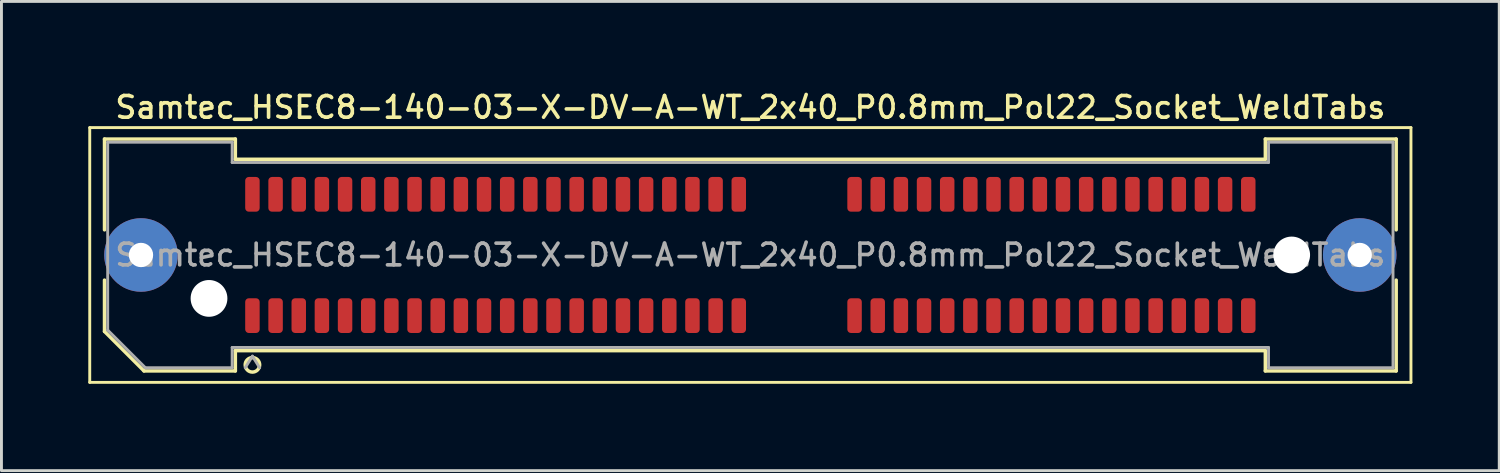
<source format=kicad_pcb>
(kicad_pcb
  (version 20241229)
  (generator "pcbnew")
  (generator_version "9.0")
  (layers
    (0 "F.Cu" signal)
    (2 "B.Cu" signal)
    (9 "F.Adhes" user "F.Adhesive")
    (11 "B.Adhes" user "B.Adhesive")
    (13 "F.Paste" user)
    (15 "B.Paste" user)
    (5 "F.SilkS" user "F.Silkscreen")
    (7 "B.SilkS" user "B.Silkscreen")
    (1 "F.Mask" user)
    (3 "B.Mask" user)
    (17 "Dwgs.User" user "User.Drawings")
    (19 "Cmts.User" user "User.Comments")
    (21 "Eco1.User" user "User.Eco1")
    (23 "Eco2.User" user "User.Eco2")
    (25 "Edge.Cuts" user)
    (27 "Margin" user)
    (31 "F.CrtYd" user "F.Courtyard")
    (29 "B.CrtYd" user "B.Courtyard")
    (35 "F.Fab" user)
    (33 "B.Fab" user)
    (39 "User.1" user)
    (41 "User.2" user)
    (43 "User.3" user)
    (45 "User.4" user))
  (footprint "Samtec_HSEC8-140-03-X-DV-A-WT_2x40_P0.8mm_Pol22_Socket_WeldTabs"
    (layer "F.Cu")
    (at 22.87 5.758)
    (property "Reference" "Samtec_HSEC8-140-03-X-DV-A-WT_2x40_P0.8mm_Pol22_Socket_WeldTabs" (at 0 -5.1 0) (layer "F.SilkS") (effects (font (size 0.75 0.75) (thickness 0.125))))
    (attr smd)
    (fp_line (start -22.82 -4.4) (end -22.82 4.4) (stroke (width 0.1) (type solid)) (layer "F.SilkS"))
    (fp_line (start -22.82 4.4) (end 22.82 4.4) (stroke (width 0.1) (type solid)) (layer "F.SilkS"))
    (fp_line (start -22.31 -4.005) (end -17.79 -4.005) (stroke (width 0.12) (type solid)) (layer "F.SilkS"))
    (fp_line (start -22.31 -0.868) (end -22.31 -4.005) (stroke (width 0.12) (type solid)) (layer "F.SilkS"))
    (fp_line (start -22.31 2.641) (end -22.31 0.868) (stroke (width 0.12) (type solid)) (layer "F.SilkS"))
    (fp_line (start -20.946 4.005) (end -22.31 2.641) (stroke (width 0.12) (type solid)) (layer "F.SilkS"))
    (fp_line (start -17.79 -4.005) (end -17.79 -3.305) (stroke (width 0.12) (type solid)) (layer "F.SilkS"))
    (fp_line (start -17.79 -3.305) (end 17.79 -3.305) (stroke (width 0.12) (type solid)) (layer "F.SilkS"))
    (fp_line (start -17.79 3.305) (end -17.79 4.005) (stroke (width 0.12) (type solid)) (layer "F.SilkS"))
    (fp_line (start -17.79 4.005) (end -20.946 4.005) (stroke (width 0.12) (type solid)) (layer "F.SilkS"))
    (fp_line (start 17.79 -4.005) (end 22.31 -4.005) (stroke (width 0.12) (type solid)) (layer "F.SilkS"))
    (fp_line (start 17.79 -3.305) (end 17.79 -4.005) (stroke (width 0.12) (type solid)) (layer "F.SilkS"))
    (fp_line (start 17.79 3.305) (end -17.79 3.305) (stroke (width 0.12) (type solid)) (layer "F.SilkS"))
    (fp_line (start 17.79 4.005) (end 17.79 3.305) (stroke (width 0.12) (type solid)) (layer "F.SilkS"))
    (fp_line (start 22.31 -4.005) (end 22.31 -0.868) (stroke (width 0.12) (type solid)) (layer "F.SilkS"))
    (fp_line (start 22.31 0.868) (end 22.31 4.005) (stroke (width 0.12) (type solid)) (layer "F.SilkS"))
    (fp_line (start 22.31 4.005) (end 17.79 4.005) (stroke (width 0.12) (type solid)) (layer "F.SilkS"))
    (fp_line (start 22.82 -4.4) (end -22.82 -4.4) (stroke (width 0.1) (type solid)) (layer "F.SilkS"))
    (fp_line (start 22.82 4.4) (end 22.82 -4.4) (stroke (width 0.1) (type solid)) (layer "F.SilkS"))
    (fp_arc (start -16.95 3.795) (mid -17.45 3.795) (end -16.95 3.795) (stroke (width 0.12) (type solid)) (layer "F.SilkS"))
    (fp_line (start -22.2 -3.895) (end -17.9 -3.895) (stroke (width 0.1) (type solid)) (layer "F.Fab"))
    (fp_line (start -22.2 2.595) (end -22.2 -3.895) (stroke (width 0.1) (type solid)) (layer "F.Fab"))
    (fp_line (start -20.9 3.895) (end -22.2 2.595) (stroke (width 0.1) (type solid)) (layer "F.Fab"))
    (fp_line (start -17.9 -3.895) (end -17.9 -3.195) (stroke (width 0.1) (type solid)) (layer "F.Fab"))
    (fp_line (start -17.9 -3.195) (end 17.9 -3.195) (stroke (width 0.1) (type solid)) (layer "F.Fab"))
    (fp_line (start -17.9 3.195) (end -17.9 3.895) (stroke (width 0.1) (type solid)) (layer "F.Fab"))
    (fp_line (start -17.9 3.895) (end -20.9 3.895) (stroke (width 0.1) (type solid)) (layer "F.Fab"))
    (fp_line (start -17.2 3.495) (end -17.45 3.895) (stroke (width 0.1) (type solid)) (layer "F.Fab"))
    (fp_line (start -17.2 3.495) (end -16.95 3.895) (stroke (width 0.1) (type solid)) (layer "F.Fab"))
    (fp_line (start 17.9 -3.895) (end 22.2 -3.895) (stroke (width 0.1) (type solid)) (layer "F.Fab"))
    (fp_line (start 17.9 -3.195) (end 17.9 -3.895) (stroke (width 0.1) (type solid)) (layer "F.Fab"))
    (fp_line (start 17.9 3.195) (end -17.9 3.195) (stroke (width 0.1) (type solid)) (layer "F.Fab"))
    (fp_line (start 17.9 3.895) (end 17.9 3.195) (stroke (width 0.1) (type solid)) (layer "F.Fab"))
    (fp_line (start 22.2 -3.895) (end 22.2 3.895) (stroke (width 0.1) (type solid)) (layer "F.Fab"))
    (fp_line (start 22.2 3.895) (end 17.9 3.895) (stroke (width 0.1) (type solid)) (layer "F.Fab"))
    (fp_text user "${REFERENCE}" (at 0 0 0) (layer "F.Fab") (effects (font (size 0.75 0.75) (thickness 0.125))))
    (pad "" thru_hole circle (at -21.05 0) (size 2.54 2.54) (drill 0.84) (layers "*.Cu" "*.Mask" "F.Paste"))
    (pad "" np_thru_hole circle (at -18.7 1.5) (size 1.27 1.27) (drill 1.27) (layers "*.Cu" "*.Mask"))
    (pad "" np_thru_hole circle (at 18.7 0) (size 1.27 1.27) (drill 1.27) (layers "*.Cu" "*.Mask"))
    (pad "" thru_hole circle (at 21.05 0) (size 2.54 2.54) (drill 0.84) (layers "*.Cu" "*.Mask" "F.Paste"))
    (pad "1" smd roundrect (at -17.2 2.095) (size 0.5 1.2) (layers "F.Cu" "F.Mask" "F.Paste") (roundrect_rratio 0.25))
    (pad "2" smd roundrect (at -17.2 -2.095) (size 0.5 1.2) (layers "F.Cu" "F.Mask" "F.Paste") (roundrect_rratio 0.25))
    (pad "3" smd roundrect (at -16.4 2.095) (size 0.5 1.2) (layers "F.Cu" "F.Mask" "F.Paste") (roundrect_rratio 0.25))
    (pad "4" smd roundrect (at -16.4 -2.095) (size 0.5 1.2) (layers "F.Cu" "F.Mask" "F.Paste") (roundrect_rratio 0.25))
    (pad "5" smd roundrect (at -15.6 2.095) (size 0.5 1.2) (layers "F.Cu" "F.Mask" "F.Paste") (roundrect_rratio 0.25))
    (pad "6" smd roundrect (at -15.6 -2.095) (size 0.5 1.2) (layers "F.Cu" "F.Mask" "F.Paste") (roundrect_rratio 0.25))
    (pad "7" smd roundrect (at -14.8 2.095) (size 0.5 1.2) (layers "F.Cu" "F.Mask" "F.Paste") (roundrect_rratio 0.25))
    (pad "8" smd roundrect (at -14.8 -2.095) (size 0.5 1.2) (layers "F.Cu" "F.Mask" "F.Paste") (roundrect_rratio 0.25))
    (pad "9" smd roundrect (at -14 2.095) (size 0.5 1.2) (layers "F.Cu" "F.Mask" "F.Paste") (roundrect_rratio 0.25))
    (pad "10" smd roundrect (at -14 -2.095) (size 0.5 1.2) (layers "F.Cu" "F.Mask" "F.Paste") (roundrect_rratio 0.25))
    (pad "11" smd roundrect (at -13.2 2.095) (size 0.5 1.2) (layers "F.Cu" "F.Mask" "F.Paste") (roundrect_rratio 0.25))
    (pad "12" smd roundrect (at -13.2 -2.095) (size 0.5 1.2) (layers "F.Cu" "F.Mask" "F.Paste") (roundrect_rratio 0.25))
    (pad "13" smd roundrect (at -12.4 2.095) (size 0.5 1.2) (layers "F.Cu" "F.Mask" "F.Paste") (roundrect_rratio 0.25))
    (pad "14" smd roundrect (at -12.4 -2.095) (size 0.5 1.2) (layers "F.Cu" "F.Mask" "F.Paste") (roundrect_rratio 0.25))
    (pad "15" smd roundrect (at -11.6 2.095) (size 0.5 1.2) (layers "F.Cu" "F.Mask" "F.Paste") (roundrect_rratio 0.25))
    (pad "16" smd roundrect (at -11.6 -2.095) (size 0.5 1.2) (layers "F.Cu" "F.Mask" "F.Paste") (roundrect_rratio 0.25))
    (pad "17" smd roundrect (at -10.8 2.095) (size 0.5 1.2) (layers "F.Cu" "F.Mask" "F.Paste") (roundrect_rratio 0.25))
    (pad "18" smd roundrect (at -10.8 -2.095) (size 0.5 1.2) (layers "F.Cu" "F.Mask" "F.Paste") (roundrect_rratio 0.25))
    (pad "19" smd roundrect (at -10 2.095) (size 0.5 1.2) (layers "F.Cu" "F.Mask" "F.Paste") (roundrect_rratio 0.25))
    (pad "20" smd roundrect (at -10 -2.095) (size 0.5 1.2) (layers "F.Cu" "F.Mask" "F.Paste") (roundrect_rratio 0.25))
    (pad "21" smd roundrect (at -9.2 2.095) (size 0.5 1.2) (layers "F.Cu" "F.Mask" "F.Paste") (roundrect_rratio 0.25))
    (pad "22" smd roundrect (at -9.2 -2.095) (size 0.5 1.2) (layers "F.Cu" "F.Mask" "F.Paste") (roundrect_rratio 0.25))
    (pad "23" smd roundrect (at -8.4 2.095) (size 0.5 1.2) (layers "F.Cu" "F.Mask" "F.Paste") (roundrect_rratio 0.25))
    (pad "24" smd roundrect (at -8.4 -2.095) (size 0.5 1.2) (layers "F.Cu" "F.Mask" "F.Paste") (roundrect_rratio 0.25))
    (pad "25" smd roundrect (at -7.6 2.095) (size 0.5 1.2) (layers "F.Cu" "F.Mask" "F.Paste") (roundrect_rratio 0.25))
    (pad "26" smd roundrect (at -7.6 -2.095) (size 0.5 1.2) (layers "F.Cu" "F.Mask" "F.Paste") (roundrect_rratio 0.25))
    (pad "27" smd roundrect (at -6.8 2.095) (size 0.5 1.2) (layers "F.Cu" "F.Mask" "F.Paste") (roundrect_rratio 0.25))
    (pad "28" smd roundrect (at -6.8 -2.095) (size 0.5 1.2) (layers "F.Cu" "F.Mask" "F.Paste") (roundrect_rratio 0.25))
    (pad "29" smd roundrect (at -6 2.095) (size 0.5 1.2) (layers "F.Cu" "F.Mask" "F.Paste") (roundrect_rratio 0.25))
    (pad "30" smd roundrect (at -6 -2.095) (size 0.5 1.2) (layers "F.Cu" "F.Mask" "F.Paste") (roundrect_rratio 0.25))
    (pad "31" smd roundrect (at -5.2 2.095) (size 0.5 1.2) (layers "F.Cu" "F.Mask" "F.Paste") (roundrect_rratio 0.25))
    (pad "32" smd roundrect (at -5.2 -2.095) (size 0.5 1.2) (layers "F.Cu" "F.Mask" "F.Paste") (roundrect_rratio 0.25))
    (pad "33" smd roundrect (at -4.4 2.095) (size 0.5 1.2) (layers "F.Cu" "F.Mask" "F.Paste") (roundrect_rratio 0.25))
    (pad "34" smd roundrect (at -4.4 -2.095) (size 0.5 1.2) (layers "F.Cu" "F.Mask" "F.Paste") (roundrect_rratio 0.25))
    (pad "35" smd roundrect (at -3.6 2.095) (size 0.5 1.2) (layers "F.Cu" "F.Mask" "F.Paste") (roundrect_rratio 0.25))
    (pad "36" smd roundrect (at -3.6 -2.095) (size 0.5 1.2) (layers "F.Cu" "F.Mask" "F.Paste") (roundrect_rratio 0.25))
    (pad "37" smd roundrect (at -2.8 2.095) (size 0.5 1.2) (layers "F.Cu" "F.Mask" "F.Paste") (roundrect_rratio 0.25))
    (pad "38" smd roundrect (at -2.8 -2.095) (size 0.5 1.2) (layers "F.Cu" "F.Mask" "F.Paste") (roundrect_rratio 0.25))
    (pad "39" smd roundrect (at -2 2.095) (size 0.5 1.2) (layers "F.Cu" "F.Mask" "F.Paste") (roundrect_rratio 0.25))
    (pad "40" smd roundrect (at -2 -2.095) (size 0.5 1.2) (layers "F.Cu" "F.Mask" "F.Paste") (roundrect_rratio 0.25))
    (pad "41" smd roundrect (at -1.2 2.095) (size 0.5 1.2) (layers "F.Cu" "F.Mask" "F.Paste") (roundrect_rratio 0.25))
    (pad "42" smd roundrect (at -1.2 -2.095) (size 0.5 1.2) (layers "F.Cu" "F.Mask" "F.Paste") (roundrect_rratio 0.25))
    (pad "43" smd roundrect (at -0.4 2.095) (size 0.5 1.2) (layers "F.Cu" "F.Mask" "F.Paste") (roundrect_rratio 0.25))
    (pad "44" smd roundrect (at -0.4 -2.095) (size 0.5 1.2) (layers "F.Cu" "F.Mask" "F.Paste") (roundrect_rratio 0.25))
    (pad "45" smd roundrect (at 3.6 2.095) (size 0.5 1.2) (layers "F.Cu" "F.Mask" "F.Paste") (roundrect_rratio 0.25))
    (pad "46" smd roundrect (at 3.6 -2.095) (size 0.5 1.2) (layers "F.Cu" "F.Mask" "F.Paste") (roundrect_rratio 0.25))
    (pad "47" smd roundrect (at 4.4 2.095) (size 0.5 1.2) (layers "F.Cu" "F.Mask" "F.Paste") (roundrect_rratio 0.25))
    (pad "48" smd roundrect (at 4.4 -2.095) (size 0.5 1.2) (layers "F.Cu" "F.Mask" "F.Paste") (roundrect_rratio 0.25))
    (pad "49" smd roundrect (at 5.2 2.095) (size 0.5 1.2) (layers "F.Cu" "F.Mask" "F.Paste") (roundrect_rratio 0.25))
    (pad "50" smd roundrect (at 5.2 -2.095) (size 0.5 1.2) (layers "F.Cu" "F.Mask" "F.Paste") (roundrect_rratio 0.25))
    (pad "51" smd roundrect (at 6 2.095) (size 0.5 1.2) (layers "F.Cu" "F.Mask" "F.Paste") (roundrect_rratio 0.25))
    (pad "52" smd roundrect (at 6 -2.095) (size 0.5 1.2) (layers "F.Cu" "F.Mask" "F.Paste") (roundrect_rratio 0.25))
    (pad "53" smd roundrect (at 6.8 2.095) (size 0.5 1.2) (layers "F.Cu" "F.Mask" "F.Paste") (roundrect_rratio 0.25))
    (pad "54" smd roundrect (at 6.8 -2.095) (size 0.5 1.2) (layers "F.Cu" "F.Mask" "F.Paste") (roundrect_rratio 0.25))
    (pad "55" smd roundrect (at 7.6 2.095) (size 0.5 1.2) (layers "F.Cu" "F.Mask" "F.Paste") (roundrect_rratio 0.25))
    (pad "56" smd roundrect (at 7.6 -2.095) (size 0.5 1.2) (layers "F.Cu" "F.Mask" "F.Paste") (roundrect_rratio 0.25))
    (pad "57" smd roundrect (at 8.4 2.095) (size 0.5 1.2) (layers "F.Cu" "F.Mask" "F.Paste") (roundrect_rratio 0.25))
    (pad "58" smd roundrect (at 8.4 -2.095) (size 0.5 1.2) (layers "F.Cu" "F.Mask" "F.Paste") (roundrect_rratio 0.25))
    (pad "59" smd roundrect (at 9.2 2.095) (size 0.5 1.2) (layers "F.Cu" "F.Mask" "F.Paste") (roundrect_rratio 0.25))
    (pad "60" smd roundrect (at 9.2 -2.095) (size 0.5 1.2) (layers "F.Cu" "F.Mask" "F.Paste") (roundrect_rratio 0.25))
    (pad "61" smd roundrect (at 10 2.095) (size 0.5 1.2) (layers "F.Cu" "F.Mask" "F.Paste") (roundrect_rratio 0.25))
    (pad "62" smd roundrect (at 10 -2.095) (size 0.5 1.2) (layers "F.Cu" "F.Mask" "F.Paste") (roundrect_rratio 0.25))
    (pad "63" smd roundrect (at 10.8 2.095) (size 0.5 1.2) (layers "F.Cu" "F.Mask" "F.Paste") (roundrect_rratio 0.25))
    (pad "64" smd roundrect (at 10.8 -2.095) (size 0.5 1.2) (layers "F.Cu" "F.Mask" "F.Paste") (roundrect_rratio 0.25))
    (pad "65" smd roundrect (at 11.6 2.095) (size 0.5 1.2) (layers "F.Cu" "F.Mask" "F.Paste") (roundrect_rratio 0.25))
    (pad "66" smd roundrect (at 11.6 -2.095) (size 0.5 1.2) (layers "F.Cu" "F.Mask" "F.Paste") (roundrect_rratio 0.25))
    (pad "67" smd roundrect (at 12.4 2.095) (size 0.5 1.2) (layers "F.Cu" "F.Mask" "F.Paste") (roundrect_rratio 0.25))
    (pad "68" smd roundrect (at 12.4 -2.095) (size 0.5 1.2) (layers "F.Cu" "F.Mask" "F.Paste") (roundrect_rratio 0.25))
    (pad "69" smd roundrect (at 13.2 2.095) (size 0.5 1.2) (layers "F.Cu" "F.Mask" "F.Paste") (roundrect_rratio 0.25))
    (pad "70" smd roundrect (at 13.2 -2.095) (size 0.5 1.2) (layers "F.Cu" "F.Mask" "F.Paste") (roundrect_rratio 0.25))
    (pad "71" smd roundrect (at 14 2.095) (size 0.5 1.2) (layers "F.Cu" "F.Mask" "F.Paste") (roundrect_rratio 0.25))
    (pad "72" smd roundrect (at 14 -2.095) (size 0.5 1.2) (layers "F.Cu" "F.Mask" "F.Paste") (roundrect_rratio 0.25))
    (pad "73" smd roundrect (at 14.8 2.095) (size 0.5 1.2) (layers "F.Cu" "F.Mask" "F.Paste") (roundrect_rratio 0.25))
    (pad "74" smd roundrect (at 14.8 -2.095) (size 0.5 1.2) (layers "F.Cu" "F.Mask" "F.Paste") (roundrect_rratio 0.25))
    (pad "75" smd roundrect (at 15.6 2.095) (size 0.5 1.2) (layers "F.Cu" "F.Mask" "F.Paste") (roundrect_rratio 0.25))
    (pad "76" smd roundrect (at 15.6 -2.095) (size 0.5 1.2) (layers "F.Cu" "F.Mask" "F.Paste") (roundrect_rratio 0.25))
    (pad "77" smd roundrect (at 16.4 2.095) (size 0.5 1.2) (layers "F.Cu" "F.Mask" "F.Paste") (roundrect_rratio 0.25))
    (pad "78" smd roundrect (at 16.4 -2.095) (size 0.5 1.2) (layers "F.Cu" "F.Mask" "F.Paste") (roundrect_rratio 0.25))
    (pad "79" smd roundrect (at 17.2 2.095) (size 0.5 1.2) (layers "F.Cu" "F.Mask" "F.Paste") (roundrect_rratio 0.25))
    (pad "80" smd roundrect (at 17.2 -2.095) (size 0.5 1.2) (layers "F.Cu" "F.Mask" "F.Paste") (roundrect_rratio 0.25)))
  (gr_rect
    (start -3 -3)
    (end 48.74 13.208)
    (stroke (width 0.1) (type default))
    (fill no)
    (layer "Edge.Cuts")))
</source>
